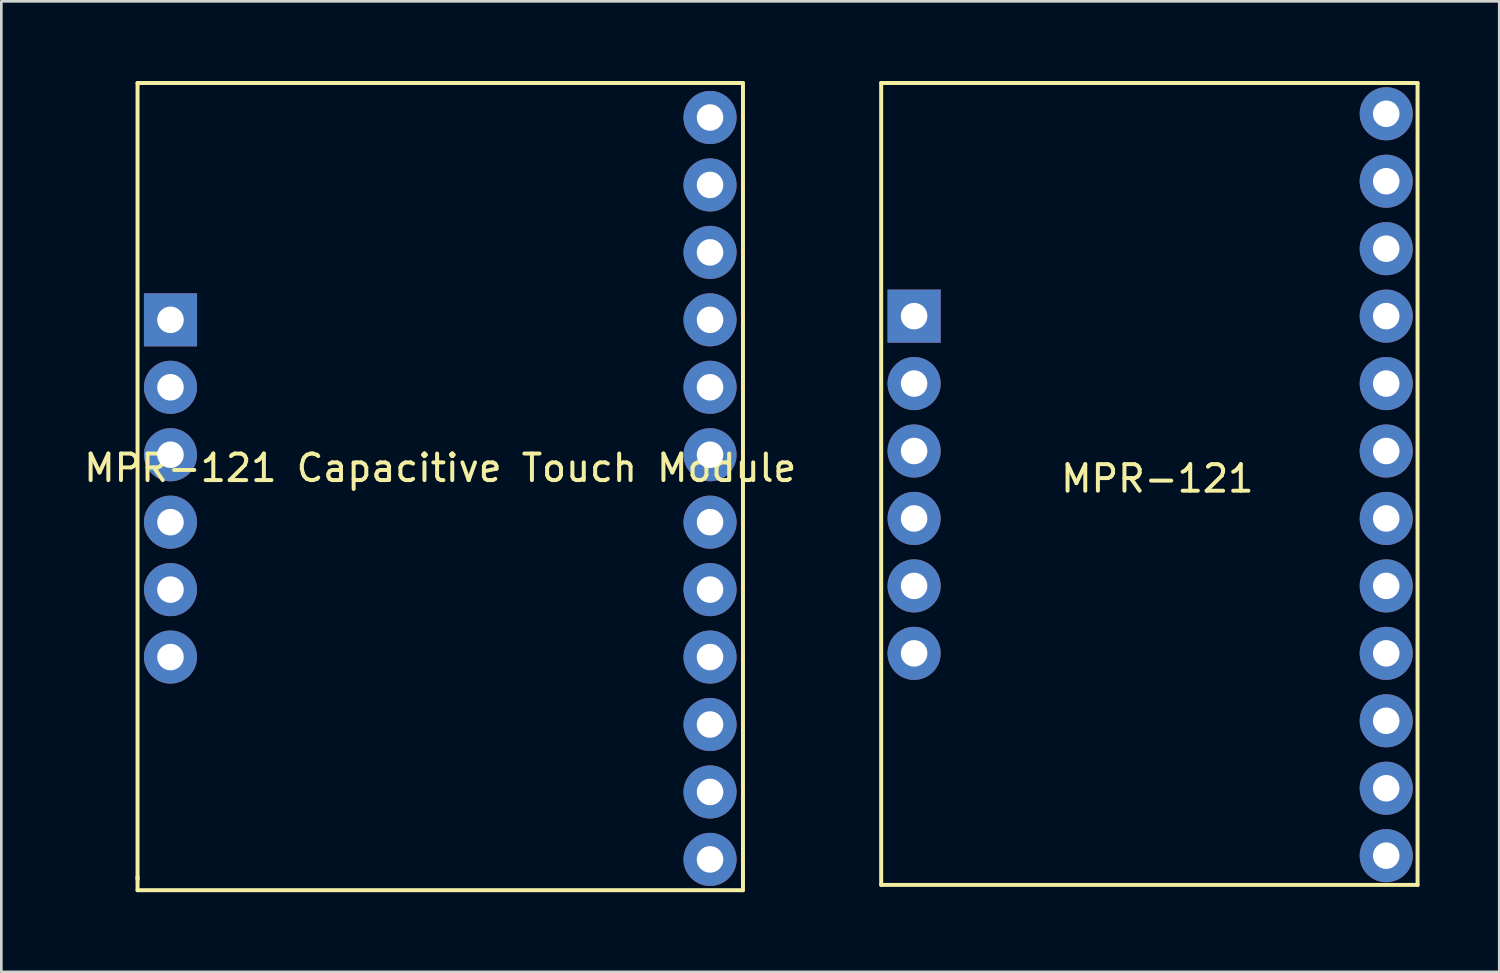
<source format=kicad_pcb>
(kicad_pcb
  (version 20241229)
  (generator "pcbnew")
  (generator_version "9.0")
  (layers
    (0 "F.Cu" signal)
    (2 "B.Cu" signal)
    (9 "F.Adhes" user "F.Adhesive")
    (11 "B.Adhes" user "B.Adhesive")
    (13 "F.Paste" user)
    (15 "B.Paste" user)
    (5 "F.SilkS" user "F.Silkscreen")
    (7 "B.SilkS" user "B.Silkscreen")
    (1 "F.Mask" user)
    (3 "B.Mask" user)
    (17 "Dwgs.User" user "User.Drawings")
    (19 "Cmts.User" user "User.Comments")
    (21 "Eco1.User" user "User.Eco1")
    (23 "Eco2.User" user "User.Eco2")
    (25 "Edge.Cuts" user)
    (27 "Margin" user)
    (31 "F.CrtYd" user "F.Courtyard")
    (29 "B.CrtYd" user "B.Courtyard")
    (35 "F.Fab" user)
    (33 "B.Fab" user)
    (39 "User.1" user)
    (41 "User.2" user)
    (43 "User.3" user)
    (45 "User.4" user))
  (footprint "MPR-121"
    (layer "F.Cu")
    (at 41.535 16.475)
    (property "Reference" "MPR-121" (at -1 -1.5 0) (layer "F.SilkS") (effects (font (size 1 1) (thickness 0.15))))
    (attr through_hole)
    (fp_line (start -11.4 -16.4) (end -11.4 13.8) (stroke (width 0.15) (type solid)) (layer "F.SilkS"))
    (fp_line (start -11.4 13.8) (end 8.8 13.8) (stroke (width 0.15) (type solid)) (layer "F.SilkS"))
    (fp_line (start 8.8 -16.4) (end -11.4 -16.4) (stroke (width 0.15) (type solid)) (layer "F.SilkS"))
    (fp_line (start 8.8 13.8) (end 8.8 -16.4) (stroke (width 0.15) (type solid)) (layer "F.SilkS"))
    (pad "1" thru_hole rect (at -10.16 -7.62) (size 2 2) (drill 1) (layers "*.Cu" "*.Mask"))
    (pad "2" thru_hole circle (at -10.16 -5.08) (size 2 2) (drill 1) (layers "*.Cu" "*.Mask"))
    (pad "3" thru_hole circle (at -10.16 -2.54) (size 2 2) (drill 1) (layers "*.Cu" "*.Mask"))
    (pad "4" thru_hole circle (at -10.16 0) (size 2 2) (drill 1) (layers "*.Cu" "*.Mask"))
    (pad "5" thru_hole circle (at -10.16 2.54) (size 2 2) (drill 1) (layers "*.Cu" "*.Mask"))
    (pad "6" thru_hole circle (at -10.16 5.08) (size 2 2) (drill 1) (layers "*.Cu" "*.Mask"))
    (pad "7" thru_hole circle (at 7.62 12.7) (size 2 2) (drill 1) (layers "*.Cu" "*.Mask"))
    (pad "8" thru_hole circle (at 7.62 10.16) (size 2 2) (drill 1) (layers "*.Cu" "*.Mask"))
    (pad "9" thru_hole circle (at 7.62 7.62) (size 2 2) (drill 1) (layers "*.Cu" "*.Mask"))
    (pad "10" thru_hole circle (at 7.62 5.08) (size 2 2) (drill 1) (layers "*.Cu" "*.Mask"))
    (pad "11" thru_hole circle (at 7.62 2.54) (size 2 2) (drill 1) (layers "*.Cu" "*.Mask"))
    (pad "12" thru_hole circle (at 7.62 0) (size 2 2) (drill 1) (layers "*.Cu" "*.Mask"))
    (pad "13" thru_hole circle (at 7.62 -2.54) (size 2 2) (drill 1) (layers "*.Cu" "*.Mask"))
    (pad "14" thru_hole circle (at 7.62 -5.08) (size 2 2) (drill 1) (layers "*.Cu" "*.Mask"))
    (pad "15" thru_hole circle (at 7.62 -7.62) (size 2 2) (drill 1) (layers "*.Cu" "*.Mask"))
    (pad "16" thru_hole circle (at 7.62 -10.16) (size 2 2) (drill 1) (layers "*.Cu" "*.Mask"))
    (pad "17" thru_hole circle (at 7.62 -12.7) (size 2 2) (drill 1) (layers "*.Cu" "*.Mask"))
    (pad "18" thru_hole circle (at 7.62 -15.24) (size 2 2) (drill 1) (layers "*.Cu" "*.Mask")))
  (footprint "MPR-121 Capacitive Touch Module"
    (layer "F.Cu")
    (at 14.53 16.075)
    (property "Reference" "MPR-121 Capacitive Touch Module" (at -1 -1.5 0) (layer "F.SilkS") (effects (font (size 1 1) (thickness 0.15))))
    (attr through_hole)
    (fp_line (start -12.4 -16) (end -12.4 14) (stroke (width 0.15) (type solid)) (layer "F.SilkS"))
    (fp_line (start -12.4 14.4) (end -12.4 13.9) (stroke (width 0.15) (type solid)) (layer "F.SilkS"))
    (fp_line (start 10.4 -16) (end -12.4 -16) (stroke (width 0.15) (type solid)) (layer "F.SilkS"))
    (fp_line (start 10.4 14) (end 10.4 -16) (stroke (width 0.15) (type solid)) (layer "F.SilkS"))
    (fp_line (start 10.4 14.4) (end -12.4 14.4) (stroke (width 0.15) (type solid)) (layer "F.SilkS"))
    (fp_line (start 10.4 14.4) (end 10.4 13.9) (stroke (width 0.15) (type solid)) (layer "F.SilkS"))
    (pad "1" thru_hole rect (at -11.16 -7.08) (size 2 2) (drill 1) (layers "*.Cu" "*.Mask"))
    (pad "2" thru_hole circle (at -11.16 -4.54) (size 2 2) (drill 1) (layers "*.Cu" "*.Mask"))
    (pad "3" thru_hole circle (at -11.16 -2) (size 2 2) (drill 1) (layers "*.Cu" "*.Mask"))
    (pad "4" thru_hole circle (at -11.16 0.54) (size 2 2) (drill 1) (layers "*.Cu" "*.Mask"))
    (pad "5" thru_hole circle (at -11.16 3.08) (size 2 2) (drill 1) (layers "*.Cu" "*.Mask"))
    (pad "6" thru_hole circle (at -11.16 5.62) (size 2 2) (drill 1) (layers "*.Cu" "*.Mask"))
    (pad "7" thru_hole circle (at 9.16 13.24) (size 2 2) (drill 1) (layers "*.Cu" "*.Mask"))
    (pad "8" thru_hole circle (at 9.16 10.7) (size 2 2) (drill 1) (layers "*.Cu" "*.Mask"))
    (pad "9" thru_hole circle (at 9.16 8.16) (size 2 2) (drill 1) (layers "*.Cu" "*.Mask"))
    (pad "10" thru_hole circle (at 9.16 5.62) (size 2 2) (drill 1) (layers "*.Cu" "*.Mask"))
    (pad "11" thru_hole circle (at 9.16 3.08) (size 2 2) (drill 1) (layers "*.Cu" "*.Mask"))
    (pad "12" thru_hole circle (at 9.16 0.54) (size 2 2) (drill 1) (layers "*.Cu" "*.Mask"))
    (pad "13" thru_hole circle (at 9.16 -2) (size 2 2) (drill 1) (layers "*.Cu" "*.Mask"))
    (pad "14" thru_hole circle (at 9.16 -4.54) (size 2 2) (drill 1) (layers "*.Cu" "*.Mask"))
    (pad "15" thru_hole circle (at 9.16 -7.08) (size 2 2) (drill 1) (layers "*.Cu" "*.Mask"))
    (pad "16" thru_hole circle (at 9.16 -9.62) (size 2 2) (drill 1) (layers "*.Cu" "*.Mask"))
    (pad "17" thru_hole circle (at 9.16 -12.16) (size 2 2) (drill 1) (layers "*.Cu" "*.Mask"))
    (pad "18" thru_hole circle (at 9.16 -14.7) (size 2 2) (drill 1) (layers "*.Cu" "*.Mask")))
  (gr_rect
    (start -3 -3)
    (end 53.41 33.55)
    (stroke (width 0.1) (type default))
    (fill no)
    (layer "Edge.Cuts")))
</source>
